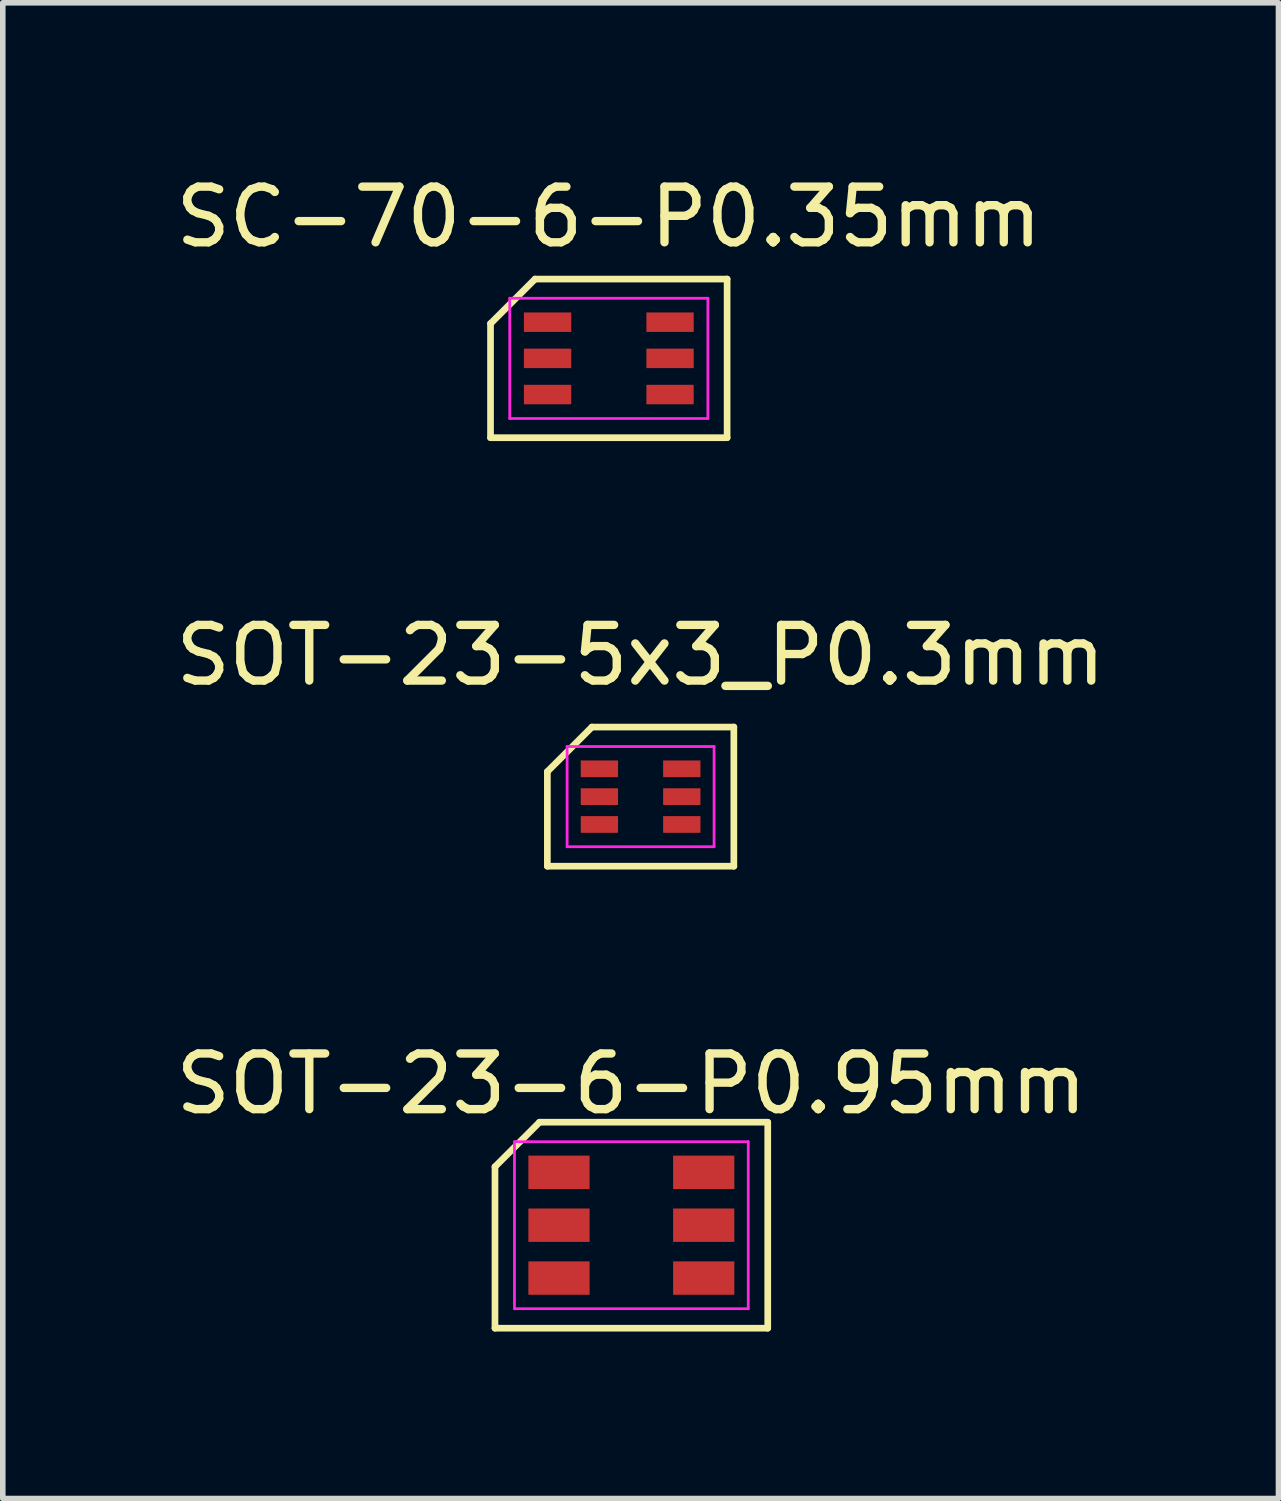
<source format=kicad_pcb>
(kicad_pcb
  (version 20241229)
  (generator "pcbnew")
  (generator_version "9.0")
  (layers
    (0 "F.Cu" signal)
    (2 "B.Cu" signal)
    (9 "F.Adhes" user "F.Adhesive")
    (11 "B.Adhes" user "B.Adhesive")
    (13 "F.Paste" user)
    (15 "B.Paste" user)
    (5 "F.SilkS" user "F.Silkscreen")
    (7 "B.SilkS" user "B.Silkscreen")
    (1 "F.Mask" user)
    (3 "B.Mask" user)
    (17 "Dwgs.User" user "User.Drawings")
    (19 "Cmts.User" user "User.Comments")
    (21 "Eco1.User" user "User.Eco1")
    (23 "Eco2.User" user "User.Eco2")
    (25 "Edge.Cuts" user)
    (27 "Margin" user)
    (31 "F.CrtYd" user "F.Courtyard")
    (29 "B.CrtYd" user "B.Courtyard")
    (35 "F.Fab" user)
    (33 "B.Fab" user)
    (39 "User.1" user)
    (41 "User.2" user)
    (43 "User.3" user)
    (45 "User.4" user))
  (footprint "SOT-23-6-P0.95mm"
    (layer "F.Cu")
    (at 8.292 18.96)
    (property "Reference" "SOT-23-6-P0.95mm" (at 0 -2.54 180) (layer "F.SilkS") (effects (font (size 1 1) (thickness 0.15))))
    (attr through_hole)
    (fp_line (start -2.45 -1.05) (end -1.65 -1.85) (stroke (width 0.12) (type solid)) (layer "F.SilkS"))
    (fp_line (start -2.45 1.85) (end -2.45 -1.05) (stroke (width 0.12) (type solid)) (layer "F.SilkS"))
    (fp_line (start -1.65 -1.85) (end 2.45 -1.85) (stroke (width 0.12) (type solid)) (layer "F.SilkS"))
    (fp_line (start 2.45 -1.85) (end 2.45 1.85) (stroke (width 0.12) (type solid)) (layer "F.SilkS"))
    (fp_line (start 2.45 1.85) (end -2.45 1.85) (stroke (width 0.12) (type solid)) (layer "F.SilkS"))
    (fp_line (start -2.1 -1.5) (end 2.1 -1.5) (stroke (width 0.05) (type solid)) (layer "F.CrtYd"))
    (fp_line (start -2.1 1.5) (end -2.1 -1.5) (stroke (width 0.05) (type solid)) (layer "F.CrtYd"))
    (fp_line (start 2.1 -1.5) (end 2.1 1.5) (stroke (width 0.05) (type solid)) (layer "F.CrtYd"))
    (fp_line (start 2.1 1.5) (end -2.1 1.5) (stroke (width 0.05) (type solid)) (layer "F.CrtYd"))
    (pad "1" smd rect (at -1.3 -0.95 270) (size 0.6 1.1) (layers "F.Cu" "F.Mask" "F.Paste"))
    (pad "2" smd rect (at -1.3 0 270) (size 0.6 1.1) (layers "F.Cu" "F.Mask" "F.Paste"))
    (pad "3" smd rect (at -1.3 0.95 270) (size 0.6 1.1) (layers "F.Cu" "F.Mask" "F.Paste"))
    (pad "4" smd rect (at 1.3 0.95 270) (size 0.6 1.1) (layers "F.Cu" "F.Mask" "F.Paste"))
    (pad "5" smd rect (at 1.3 0 270) (size 0.6 1.1) (layers "F.Cu" "F.Mask" "F.Paste"))
    (pad "6" smd rect (at 1.3 -0.95 270) (size 0.6 1.1) (layers "F.Cu" "F.Mask" "F.Paste")))
  (footprint "SOT-23-5x3_P0.3mm"
    (layer "F.Cu")
    (at 8.458 11.261)
    (property "Reference" "SOT-23-5x3_P0.3mm" (at 0 -2.54 0) (layer "F.SilkS") (effects (font (size 1 1) (thickness 0.15))))
    (attr through_hole)
    (fp_line (start -1.675 -0.45) (end -0.875 -1.25) (stroke (width 0.12) (type solid)) (layer "F.SilkS"))
    (fp_line (start -1.675 1.25) (end -1.675 -0.45) (stroke (width 0.12) (type solid)) (layer "F.SilkS"))
    (fp_line (start -0.875 -1.25) (end 1.675 -1.25) (stroke (width 0.12) (type solid)) (layer "F.SilkS"))
    (fp_line (start 1.675 -1.25) (end 1.675 1.25) (stroke (width 0.12) (type solid)) (layer "F.SilkS"))
    (fp_line (start 1.675 1.25) (end -1.675 1.25) (stroke (width 0.12) (type solid)) (layer "F.SilkS"))
    (fp_line (start -1.32 -0.9) (end 1.32 -0.9) (stroke (width 0.05) (type solid)) (layer "F.CrtYd"))
    (fp_line (start -1.32 0.9) (end -1.32 -0.9) (stroke (width 0.05) (type solid)) (layer "F.CrtYd"))
    (fp_line (start 1.32 -0.9) (end 1.32 0.9) (stroke (width 0.05) (type solid)) (layer "F.CrtYd"))
    (fp_line (start 1.32 0.9) (end -1.32 0.9) (stroke (width 0.05) (type solid)) (layer "F.CrtYd"))
    (pad "1" smd rect (at -0.74 -0.5 270) (size 0.3 0.67) (layers "F.Cu" "F.Mask" "F.Paste"))
    (pad "2" smd rect (at -0.74 0 270) (size 0.3 0.67) (layers "F.Cu" "F.Mask" "F.Paste"))
    (pad "3" smd rect (at -0.74 0.5 270) (size 0.3 0.67) (layers "F.Cu" "F.Mask" "F.Paste"))
    (pad "4" smd rect (at 0.74 0.5 270) (size 0.3 0.67) (layers "F.Cu" "F.Mask" "F.Paste"))
    (pad "5" smd rect (at 0.74 0 270) (size 0.3 0.67) (layers "F.Cu" "F.Mask" "F.Paste"))
    (pad "6" smd rect (at 0.74 -0.5 270) (size 0.3 0.67) (layers "F.Cu" "F.Mask" "F.Paste")))
  (footprint "SC-70-6-P0.35mm"
    (layer "F.Cu")
    (at 7.887 3.388)
    (property "Reference" "SC-70-6-P0.35mm" (at 0 -2.54 180) (layer "F.SilkS") (effects (font (size 1 1) (thickness 0.15))))
    (attr through_hole)
    (fp_line (start -2.125 -0.625) (end -1.325 -1.425) (stroke (width 0.12) (type solid)) (layer "F.SilkS"))
    (fp_line (start -2.125 1.425) (end -2.125 -0.625) (stroke (width 0.12) (type solid)) (layer "F.SilkS"))
    (fp_line (start -1.325 -1.425) (end 2.125 -1.425) (stroke (width 0.12) (type solid)) (layer "F.SilkS"))
    (fp_line (start 2.125 -1.425) (end 2.125 1.425) (stroke (width 0.12) (type solid)) (layer "F.SilkS"))
    (fp_line (start 2.125 1.425) (end -2.125 1.425) (stroke (width 0.12) (type solid)) (layer "F.SilkS"))
    (fp_line (start -1.78 -1.08) (end 1.78 -1.08) (stroke (width 0.05) (type solid)) (layer "F.CrtYd"))
    (fp_line (start -1.78 1.08) (end -1.78 -1.08) (stroke (width 0.05) (type solid)) (layer "F.CrtYd"))
    (fp_line (start 1.78 -1.08) (end 1.78 1.08) (stroke (width 0.05) (type solid)) (layer "F.CrtYd"))
    (fp_line (start 1.78 1.08) (end -1.78 1.08) (stroke (width 0.05) (type solid)) (layer "F.CrtYd"))
    (pad "1" smd rect (at -1.1 -0.65 270) (size 0.35 0.85) (layers "F.Cu" "F.Mask" "F.Paste"))
    (pad "2" smd rect (at -1.1 0 270) (size 0.35 0.85) (layers "F.Cu" "F.Mask" "F.Paste"))
    (pad "3" smd rect (at -1.1 0.65 270) (size 0.35 0.85) (layers "F.Cu" "F.Mask" "F.Paste"))
    (pad "4" smd rect (at 1.1 0.65 270) (size 0.35 0.85) (layers "F.Cu" "F.Mask" "F.Paste"))
    (pad "5" smd rect (at 1.1 0 270) (size 0.35 0.85) (layers "F.Cu" "F.Mask" "F.Paste"))
    (pad "6" smd rect (at 1.1 -0.65 270) (size 0.35 0.85) (layers "F.Cu" "F.Mask" "F.Paste")))
  (gr_rect
    (start -3 -3)
    (end 19.917 23.87)
    (stroke (width 0.1) (type default))
    (fill no)
    (layer "Edge.Cuts")))
</source>
